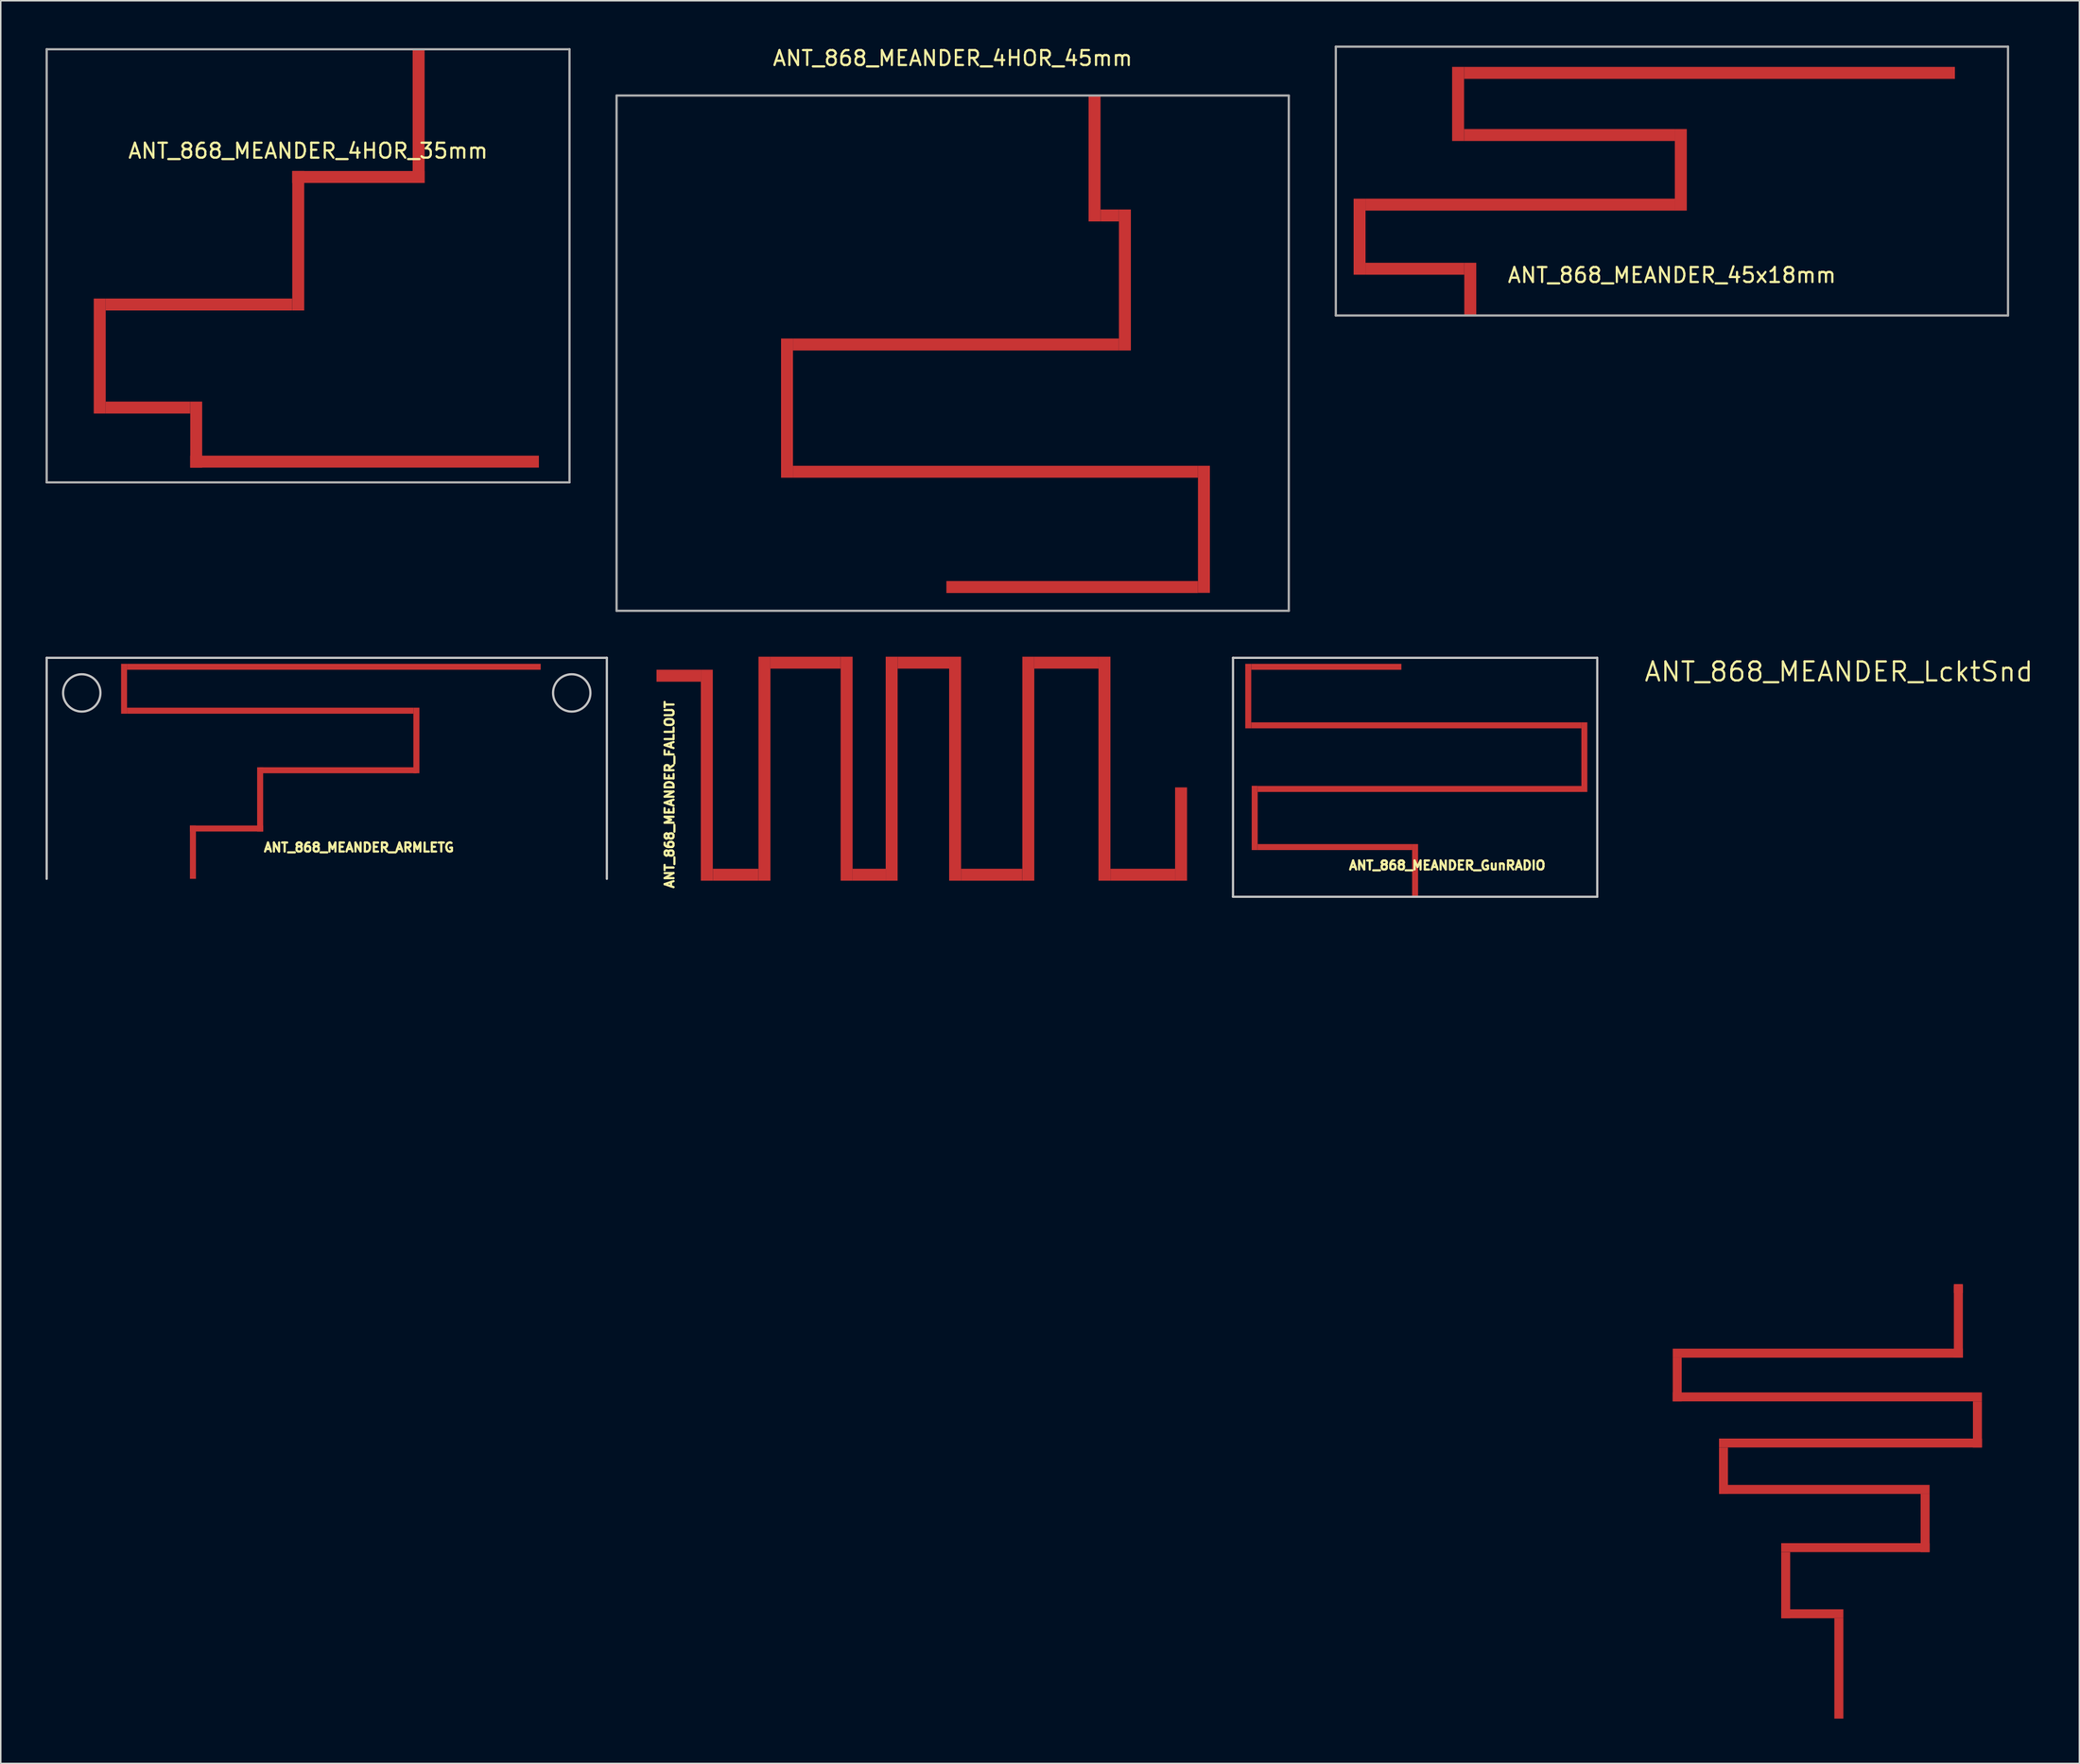
<source format=kicad_pcb>
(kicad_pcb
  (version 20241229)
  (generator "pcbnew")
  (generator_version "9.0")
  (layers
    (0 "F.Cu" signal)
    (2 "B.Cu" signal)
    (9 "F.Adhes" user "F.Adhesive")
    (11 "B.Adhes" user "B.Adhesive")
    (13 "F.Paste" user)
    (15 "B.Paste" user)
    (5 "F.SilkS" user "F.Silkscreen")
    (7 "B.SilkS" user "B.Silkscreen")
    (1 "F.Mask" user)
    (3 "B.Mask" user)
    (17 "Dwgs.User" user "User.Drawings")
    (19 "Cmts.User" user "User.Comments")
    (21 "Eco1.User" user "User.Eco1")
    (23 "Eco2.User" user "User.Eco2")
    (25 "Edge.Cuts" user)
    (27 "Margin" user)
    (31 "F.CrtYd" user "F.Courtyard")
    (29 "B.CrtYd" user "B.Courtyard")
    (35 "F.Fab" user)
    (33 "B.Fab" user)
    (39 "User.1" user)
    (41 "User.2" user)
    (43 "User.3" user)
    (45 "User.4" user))
  (footprint "ANT_868_MEANDER_45x18mm"
    (layer "F.Cu")
    (at 95.375 18.075)
    (property "Reference" "ANT_868_MEANDER_45x18mm" (at 13.5 -2.7 0) (layer "F.SilkS") (effects (font (size 1 1) (thickness 0.15))))
    (attr through_hole)
    (fp_line (start -9 -18) (end -9 0) (stroke (width 0.15) (type solid)) (layer "F.Fab"))
    (fp_line (start -9 0) (end 36 0) (stroke (width 0.15) (type solid)) (layer "F.Fab"))
    (fp_line (start 36 -18) (end -9 -18) (stroke (width 0.15) (type solid)) (layer "F.Fab"))
    (fp_line (start 36 0) (end 36 -18) (stroke (width 0.15) (type solid)) (layer "F.Fab"))
    (pad "1" smd rect (at -7.41 -5.276) (size 0.8 5.091) (layers "F.Cu"))
    (pad "1" smd rect (at -3.705 -3.13) (size 6.61 0.8) (layers "F.Cu"))
    (pad "1" smd rect (at -0.814 -14.165) (size 0.8 4.961) (layers "F.Cu"))
    (pad "1" smd rect (at 0 -1.765) (size 0.8 3.53) (layers "F.Cu"))
    (pad "1" smd rect (at 3.345 -7.423) (size 20.71 0.8) (layers "F.Cu"))
    (pad "1" smd rect (at 6.641 -12.084) (size 14.11 0.8) (layers "F.Cu"))
    (pad "1" smd rect (at 14.096 -9.753) (size 0.8 5.46) (layers "F.Cu"))
    (pad "1" smd rect (at 16.015 -16.245) (size 32.857 0.8) (layers "F.Cu")))
  (footprint "ANT_868_MEANDER_ARMLETG"
    (layer "F.Cu")
    (at 18.825 55.798)
    (property "Reference" "ANT_868_MEANDER_ARMLETG" (at 2.15 -2.1 0) (layer "F.SilkS") (effects (font (size 0.6 0.6) (thickness 0.15))))
    (attr through_hole)
    (fp_line (start -18.75 -14.8) (end 18.75 -14.8) (stroke (width 0.15) (type solid)) (layer "Dwgs.User"))
    (fp_line (start -18.75 0) (end -18.75 -14.8) (stroke (width 0.15) (type solid)) (layer "Dwgs.User"))
    (fp_line (start 18.75 -14.8) (end 18.75 0) (stroke (width 0.15) (type solid)) (layer "Dwgs.User"))
    (fp_circle (center -16.4 -12.45) (end -17.65 -12.45) (stroke (width 0.15) (type solid)) (fill no) (layer "Dwgs.User"))
    (fp_circle (center 16.4 -12.45) (end 17.65 -12.45) (stroke (width 0.15) (type solid)) (fill no) (layer "Dwgs.User"))
    (pad "1" smd rect (at -13.57 -12.73) (size 0.4 3.34) (layers "F.Cu"))
    (pad "1" smd rect (at -8.96 -1.785) (size 0.4 3.57) (layers "F.Cu"))
    (pad "1" smd rect (at -6.71 -3.37) (size 4.9 0.4) (layers "F.Cu"))
    (pad "1" smd rect (at -4.46 -5.32) (size 0.4 4.3) (layers "F.Cu"))
    (pad "1" smd rect (at -3.785 -11.26) (size 19.17 0.4) (layers "F.Cu"))
    (pad "1" smd rect (at 0.475 -14.2) (size 27.69 0.4) (layers "F.Cu"))
    (pad "1" smd rect (at 0.765 -7.27) (size 10.5 0.4) (layers "F.Cu"))
    (pad "1" smd rect (at 6 -9.265) (size 0.4 4.39) (layers "F.Cu")))
  (footprint "ANT_868_MEANDER_4HOR_35mm"
    (layer "F.Cu")
    (at 17.575 0.25)
    (property "Reference" "ANT_868_MEANDER_4HOR_35mm" (at 0 6.8 0) (layer "F.SilkS") (effects (font (size 1 1) (thickness 0.15))))
    (attr through_hole)
    (fp_line (start -17.5 0) (end -17.5 29) (stroke (width 0.15) (type solid)) (layer "F.Fab"))
    (fp_line (start -17.5 0) (end 17.5 0) (stroke (width 0.15) (type solid)) (layer "F.Fab"))
    (fp_line (start -17.5 29) (end 17.5 29) (stroke (width 0.15) (type solid)) (layer "F.Fab"))
    (fp_line (start 17.5 29) (end 17.5 0) (stroke (width 0.15) (type solid)) (layer "F.Fab"))
    (pad "1" smd rect (at -13.95 20.54) (size 0.8 7.7) (layers "F.Cu"))
    (pad "1" smd rect (at -10.72 23.99) (size 5.66 0.8) (layers "F.Cu"))
    (pad "1" smd rect (at -7.49 25.8) (size 0.8 4.42) (layers "F.Cu"))
    (pad "1" smd rect (at -7.305 17.09) (size 12.49 0.8) (layers "F.Cu"))
    (pad "1" smd rect (at -0.66 12.82) (size 0.8 9.34) (layers "F.Cu"))
    (pad "1" smd rect (at 3.37 8.55) (size 8.86 0.8) (layers "F.Cu"))
    (pad "1" smd rect (at 3.78 27.61) (size 23.34 0.8) (layers "F.Cu"))
    (pad "1" smd rect (at 7.4 4.475) (size 0.8 8.95) (layers "F.Cu")))
  (footprint "ANT_868_MEANDER_4HOR_45mm"
    (layer "F.Cu")
    (at 60.725 3.348)
    (property "Reference" "ANT_868_MEANDER_4HOR_45mm" (at 0 -2.5 0) (layer "F.SilkS") (effects (font (size 1 1) (thickness 0.15))))
    (attr through_hole)
    (fp_line (start -22.5 0) (end 22.5 0) (stroke (width 0.15) (type solid)) (layer "F.Fab"))
    (fp_line (start -22.5 34.5) (end -22.5 0) (stroke (width 0.15) (type solid)) (layer "F.Fab"))
    (fp_line (start 22.5 0) (end 22.5 34.5) (stroke (width 0.15) (type solid)) (layer "F.Fab"))
    (fp_line (start 22.5 34.5) (end -22.5 34.5) (stroke (width 0.15) (type solid)) (layer "F.Fab"))
    (pad "1" smd rect (at -11.09 20.93) (size 0.8 9.32) (layers "F.Cu"))
    (pad "1" smd rect (at 0.22 16.67) (size 21.82 0.8) (layers "F.Cu"))
    (pad "1" smd rect (at 2.865 25.19) (size 27.11 0.8) (layers "F.Cu"))
    (pad "1" smd rect (at 8 32.91) (size 16.84 0.8) (layers "F.Cu"))
    (pad "1" smd rect (at 9.5 4.215) (size 0.8 8.43) (layers "F.Cu"))
    (pad "1" smd rect (at 10.515 8.03) (size 1.23 0.8) (layers "F.Cu"))
    (pad "1" smd rect (at 11.53 12.35) (size 0.8 9.44) (layers "F.Cu"))
    (pad "1" smd rect (at 16.82 29.045) (size 0.8 8.51) (layers "F.Cu")))
  (footprint "ANT_868_MEANDER_LcktSnd"
    (layer "F.Cu")
    (at 120.05 82.929)
    (property "Reference" "ANT_868_MEANDER_LcktSnd" (at 0 -41 0) (layer "F.SilkS") (effects (font (size 1.27 1.27) (thickness 0.15))))
    (attr exclude_from_pos_files exclude_from_bom)
    (fp_poly (pts (xy -11.121 4.93) (xy -10.521 4.93) (xy -10.521 7.857) (xy -11.121 7.857)) (stroke (width 0.001) (type solid)) (fill yes) (layer "F.Cu"))
    (fp_poly (pts (xy -11.121 7.857) (xy 9.577 7.857) (xy 9.577 7.257) (xy -11.121 7.257)) (stroke (width 0.001) (type solid)) (fill yes) (layer "F.Cu"))
    (fp_poly (pts (xy -8.023 10.946) (xy -7.423 10.946) (xy -7.423 14.054) (xy -8.023 14.054)) (stroke (width 0.001) (type solid)) (fill yes) (layer "F.Cu"))
    (fp_poly (pts (xy -8.023 14.054) (xy 6.074 14.054) (xy 6.074 13.454) (xy -8.023 13.454)) (stroke (width 0.001) (type solid)) (fill yes) (layer "F.Cu"))
    (fp_poly (pts (xy -3.859 17.952) (xy -3.259 17.952) (xy -3.259 22.382) (xy -3.859 22.382)) (stroke (width 0.001) (type solid)) (fill yes) (layer "F.Cu"))
    (fp_poly (pts (xy -3.859 22.382) (xy 0.3 22.382) (xy 0.3 21.782) (xy -3.859 21.782)) (stroke (width 0.001) (type solid)) (fill yes) (layer "F.Cu"))
    (fp_poly (pts (xy -0.3 22.382) (xy 0.3 22.382) (xy 0.3 29.1) (xy -0.3 29.1)) (stroke (width 0.001) (type solid)) (fill yes) (layer "F.Cu"))
    (fp_poly (pts (xy 6.074 14.054) (xy 5.474 14.054) (xy 5.474 17.952) (xy 6.074 17.952)) (stroke (width 0.001) (type solid)) (fill yes) (layer "F.Cu"))
    (fp_poly (pts (xy 6.074 17.952) (xy -3.859 17.952) (xy -3.859 17.352) (xy 6.074 17.352)) (stroke (width 0.001) (type solid)) (fill yes) (layer "F.Cu"))
    (fp_poly (pts (xy 7.7 0.1) (xy 8.3 0.1) (xy 8.3 4.93) (xy 7.7 4.93)) (stroke (width 0.001) (type solid)) (fill yes) (layer "F.Cu"))
    (fp_poly (pts (xy 8.3 4.93) (xy -11.121 4.93) (xy -11.121 4.33) (xy 8.3 4.33)) (stroke (width 0.001) (type solid)) (fill yes) (layer "F.Cu"))
    (fp_poly (pts (xy 9.577 7.857) (xy 8.977 7.857) (xy 8.977 10.946) (xy 9.577 10.946)) (stroke (width 0.001) (type solid)) (fill yes) (layer "F.Cu"))
    (fp_poly (pts (xy 9.577 10.946) (xy -8.023 10.946) (xy -8.023 10.346) (xy 9.577 10.346)) (stroke (width 0.001) (type solid)) (fill yes) (layer "F.Cu"))
    (pad "1" smd rect (at 8 0.3) (size 0.6 0.6) (layers "F.Cu")))
  (footprint "ANT_868_MEANDER_GunRADIO"
    (layer "F.Cu")
    (at 91.683 57)
    (property "Reference" "ANT_868_MEANDER_GunRADIO" (at 2.15 -2.1 0) (layer "F.SilkS") (effects (font (size 0.6 0.6) (thickness 0.15))))
    (attr exclude_from_pos_files exclude_from_bom)
    (fp_line (start -12.192 -16.002) (end 12.192 -16.002) (stroke (width 0.15) (type solid)) (layer "Dwgs.User"))
    (fp_line (start -12.192 0) (end -12.192 -16.002) (stroke (width 0.15) (type solid)) (layer "Dwgs.User"))
    (fp_line (start -12.192 0) (end 12.192 0) (stroke (width 0.15) (type solid)) (layer "Dwgs.User"))
    (fp_line (start 12.192 -16.002) (end 12.192 0) (stroke (width 0.15) (type solid)) (layer "Dwgs.User"))
    (pad "1" smd rect (at -11.17 -13.44) (size 0.4 4.32) (layers "F.Cu"))
    (pad "1" smd rect (at -10.74 -5.28) (size 0.4 4.3) (layers "F.Cu"))
    (pad "1" smd rect (at -5.945 -15.4) (size 10.05 0.4) (layers "F.Cu"))
    (pad "1" smd rect (at -5.37 -3.33) (size 10.34 0.4) (layers "F.Cu"))
    (pad "1" smd rect (at 0 -1.765) (size 0.4 3.53) (layers "F.Cu"))
    (pad "1" smd rect (at 0.08 -11.48) (size 22.1 0.4) (layers "F.Cu"))
    (pad "1" smd rect (at 0.3 -7.22) (size 21.68 0.4) (layers "F.Cu"))
    (pad "1" smd rect (at 11.33 -9.35) (size 0.4 4.66) (layers "F.Cu")))
  (footprint "ANT_868_MEANDER_FALLOUT"
    (layer "F.Cu")
    (at 40.9 48.423)
    (property "Reference" "ANT_868_MEANDER_FALLOUT" (at 0.87 1.73 90) (layer "F.SilkS") (effects (font (size 0.6 0.6) (thickness 0.15))))
    (attr through_hole)
    (pad "1" smd rect (at 1.484 -6.226) (size 2.968 0.8) (layers "F.Cu"))
    (pad "1" smd rect (at 3.368 0.437) (size 0.8 14.126) (layers "F.Cu"))
    (pad "1" smd rect (at 5.297 7.1) (size 3.058 0.8) (layers "F.Cu"))
    (pad "1" smd rect (at 7.226 0) (size 0.8 15) (layers "F.Cu"))
    (pad "1" smd rect (at 9.976 -7.1) (size 4.699 0.8) (layers "F.Cu"))
    (pad "1" smd rect (at 12.725 0) (size 0.8 15) (layers "F.Cu"))
    (pad "1" smd rect (at 14.233 7.1) (size 2.216 0.8) (layers "F.Cu"))
    (pad "1" smd rect (at 15.741 0) (size 0.8 15) (layers "F.Cu"))
    (pad "1" smd rect (at 17.865 -7.1) (size 3.448 0.8) (layers "F.Cu"))
    (pad "1" smd rect (at 19.989 0) (size 0.8 15) (layers "F.Cu"))
    (pad "1" smd rect (at 22.439 7.1) (size 4.101 0.8) (layers "F.Cu"))
    (pad "1" smd rect (at 24.89 0) (size 0.8 15) (layers "F.Cu"))
    (pad "1" smd rect (at 27.438 -7.1) (size 4.296 0.8) (layers "F.Cu"))
    (pad "1" smd rect (at 29.986 0) (size 0.8 15) (layers "F.Cu"))
    (pad "1" smd rect (at 32.551 7.1) (size 4.33 0.8) (layers "F.Cu"))
    (pad "1" smd rect (at 35.116 4.376) (size 0.8 6.248) (layers "F.Cu")))
  (gr_rect
    (start -3 -3)
    (end 136.151 115.03)
    (stroke (width 0.1) (type default))
    (fill no)
    (layer "Edge.Cuts")))
</source>
